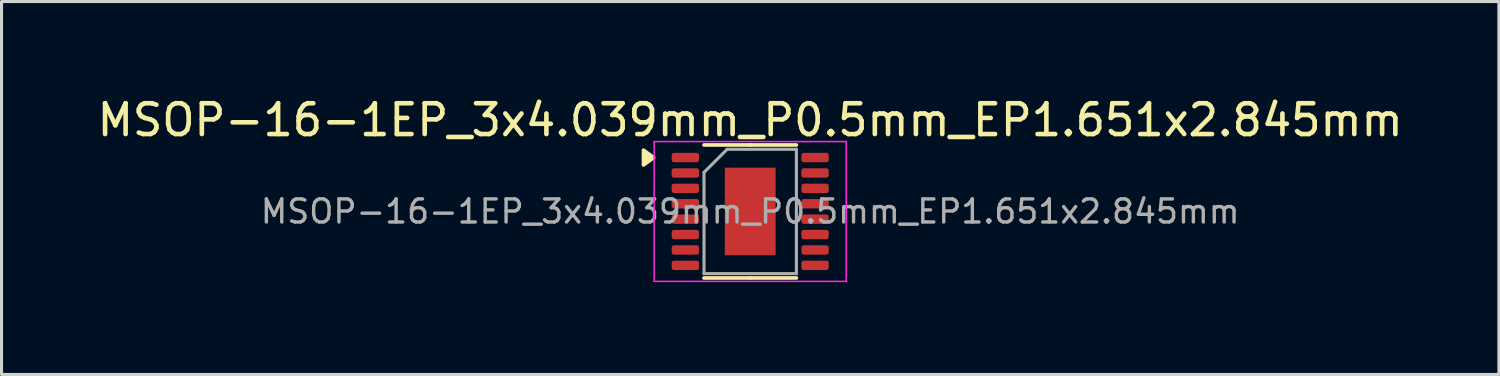
<source format=kicad_pcb>
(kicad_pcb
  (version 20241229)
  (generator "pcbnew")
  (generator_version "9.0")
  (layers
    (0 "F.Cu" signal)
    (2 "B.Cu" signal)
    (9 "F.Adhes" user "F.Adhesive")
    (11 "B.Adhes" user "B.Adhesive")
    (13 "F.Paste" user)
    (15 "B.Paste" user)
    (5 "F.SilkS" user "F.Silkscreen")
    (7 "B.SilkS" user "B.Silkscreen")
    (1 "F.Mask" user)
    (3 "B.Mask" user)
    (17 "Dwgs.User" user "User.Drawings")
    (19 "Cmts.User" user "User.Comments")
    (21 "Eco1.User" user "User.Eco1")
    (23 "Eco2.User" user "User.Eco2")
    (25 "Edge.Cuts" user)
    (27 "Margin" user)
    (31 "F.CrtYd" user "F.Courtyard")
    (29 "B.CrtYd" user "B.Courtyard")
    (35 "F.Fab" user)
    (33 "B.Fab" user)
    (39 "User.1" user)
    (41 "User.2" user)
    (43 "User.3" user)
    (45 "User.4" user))
  (footprint "MSOP-16-1EP_3x4.039mm_P0.5mm_EP1.651x2.845mm"
    (layer "F.Cu")
    (at 21.315 3.818)
    (property "Reference" "MSOP-16-1EP_3x4.039mm_P0.5mm_EP1.651x2.845mm" (at 0 -2.97 0) (layer "F.SilkS") (effects (font (size 1 1) (thickness 0.15))))
    (attr smd)
    (fp_line (start 0 -2.16) (end -1.5 -2.16) (stroke (width 0.12) (type solid)) (layer "F.SilkS"))
    (fp_line (start 0 -2.16) (end 1.5 -2.16) (stroke (width 0.12) (type solid)) (layer "F.SilkS"))
    (fp_line (start 0 2.16) (end -1.5 2.16) (stroke (width 0.12) (type solid)) (layer "F.SilkS"))
    (fp_line (start 0 2.16) (end 1.5 2.16) (stroke (width 0.12) (type solid)) (layer "F.SilkS"))
    (fp_poly (pts (xy -3.135 -1.75) (xy -3.465 -1.99) (xy -3.465 -1.51) (xy -3.135 -1.75)) (stroke (width 0.12) (type solid)) (fill yes) (layer "F.SilkS"))
    (fp_line (start -3.12 -2.27) (end -3.12 2.27) (stroke (width 0.05) (type solid)) (layer "F.CrtYd"))
    (fp_line (start -3.12 2.27) (end 3.12 2.27) (stroke (width 0.05) (type solid)) (layer "F.CrtYd"))
    (fp_line (start 3.12 -2.27) (end -3.12 -2.27) (stroke (width 0.05) (type solid)) (layer "F.CrtYd"))
    (fp_line (start 3.12 2.27) (end 3.12 -2.27) (stroke (width 0.05) (type solid)) (layer "F.CrtYd"))
    (fp_line (start -1.5 -1.27) (end -0.75 -2.019) (stroke (width 0.1) (type solid)) (layer "F.Fab"))
    (fp_line (start -1.5 2.019) (end -1.5 -1.27) (stroke (width 0.1) (type solid)) (layer "F.Fab"))
    (fp_line (start -0.75 -2.019) (end 1.5 -2.019) (stroke (width 0.1) (type solid)) (layer "F.Fab"))
    (fp_line (start 1.5 -2.019) (end 1.5 2.019) (stroke (width 0.1) (type solid)) (layer "F.Fab"))
    (fp_line (start 1.5 2.019) (end -1.5 2.019) (stroke (width 0.1) (type solid)) (layer "F.Fab"))
    (fp_text user "${REFERENCE}" (at 0 0 0) (layer "F.Fab") (effects (font (size 0.75 0.75) (thickness 0.11))))
    (pad "1" smd roundrect (at -2.106 -1.75) (size 0.889 0.305) (layers "F.Cu" "F.Mask" "F.Paste") (roundrect_rratio 0.25))
    (pad "2" smd roundrect (at -2.106 -1.25) (size 0.889 0.305) (layers "F.Cu" "F.Mask" "F.Paste") (roundrect_rratio 0.25))
    (pad "3" smd roundrect (at -2.106 -0.75) (size 0.889 0.305) (layers "F.Cu" "F.Mask" "F.Paste") (roundrect_rratio 0.25))
    (pad "4" smd roundrect (at -2.106 -0.25) (size 0.889 0.305) (layers "F.Cu" "F.Mask" "F.Paste") (roundrect_rratio 0.25))
    (pad "5" smd roundrect (at -2.106 0.25) (size 0.889 0.305) (layers "F.Cu" "F.Mask" "F.Paste") (roundrect_rratio 0.25))
    (pad "6" smd roundrect (at -2.106 0.75) (size 0.889 0.305) (layers "F.Cu" "F.Mask" "F.Paste") (roundrect_rratio 0.25))
    (pad "7" smd roundrect (at -2.106 1.25) (size 0.889 0.305) (layers "F.Cu" "F.Mask" "F.Paste") (roundrect_rratio 0.25))
    (pad "8" smd roundrect (at -2.106 1.75) (size 0.889 0.305) (layers "F.Cu" "F.Mask" "F.Paste") (roundrect_rratio 0.25))
    (pad "9" smd roundrect (at 2.106 1.75) (size 0.889 0.305) (layers "F.Cu" "F.Mask" "F.Paste") (roundrect_rratio 0.25))
    (pad "10" smd roundrect (at 2.106 1.25) (size 0.889 0.305) (layers "F.Cu" "F.Mask" "F.Paste") (roundrect_rratio 0.25))
    (pad "11" smd roundrect (at 2.106 0.75) (size 0.889 0.305) (layers "F.Cu" "F.Mask" "F.Paste") (roundrect_rratio 0.25))
    (pad "12" smd roundrect (at 2.106 0.25) (size 0.889 0.305) (layers "F.Cu" "F.Mask" "F.Paste") (roundrect_rratio 0.25))
    (pad "13" smd roundrect (at 2.106 -0.25) (size 0.889 0.305) (layers "F.Cu" "F.Mask" "F.Paste") (roundrect_rratio 0.25))
    (pad "14" smd roundrect (at 2.106 -0.75) (size 0.889 0.305) (layers "F.Cu" "F.Mask" "F.Paste") (roundrect_rratio 0.25))
    (pad "15" smd roundrect (at 2.106 -1.25) (size 0.889 0.305) (layers "F.Cu" "F.Mask" "F.Paste") (roundrect_rratio 0.25))
    (pad "16" smd roundrect (at 2.106 -1.75) (size 0.889 0.305) (layers "F.Cu" "F.Mask" "F.Paste") (roundrect_rratio 0.25))
    (pad "17" smd rect (at 0 0) (size 1.651 2.845) (property pad_prop_heatsink) (layers "F.Cu" "F.Mask")))
  (gr_rect
    (start -3 -3)
    (end 45.631 9.113)
    (stroke (width 0.1) (type default))
    (fill no)
    (layer "Edge.Cuts")))
</source>
